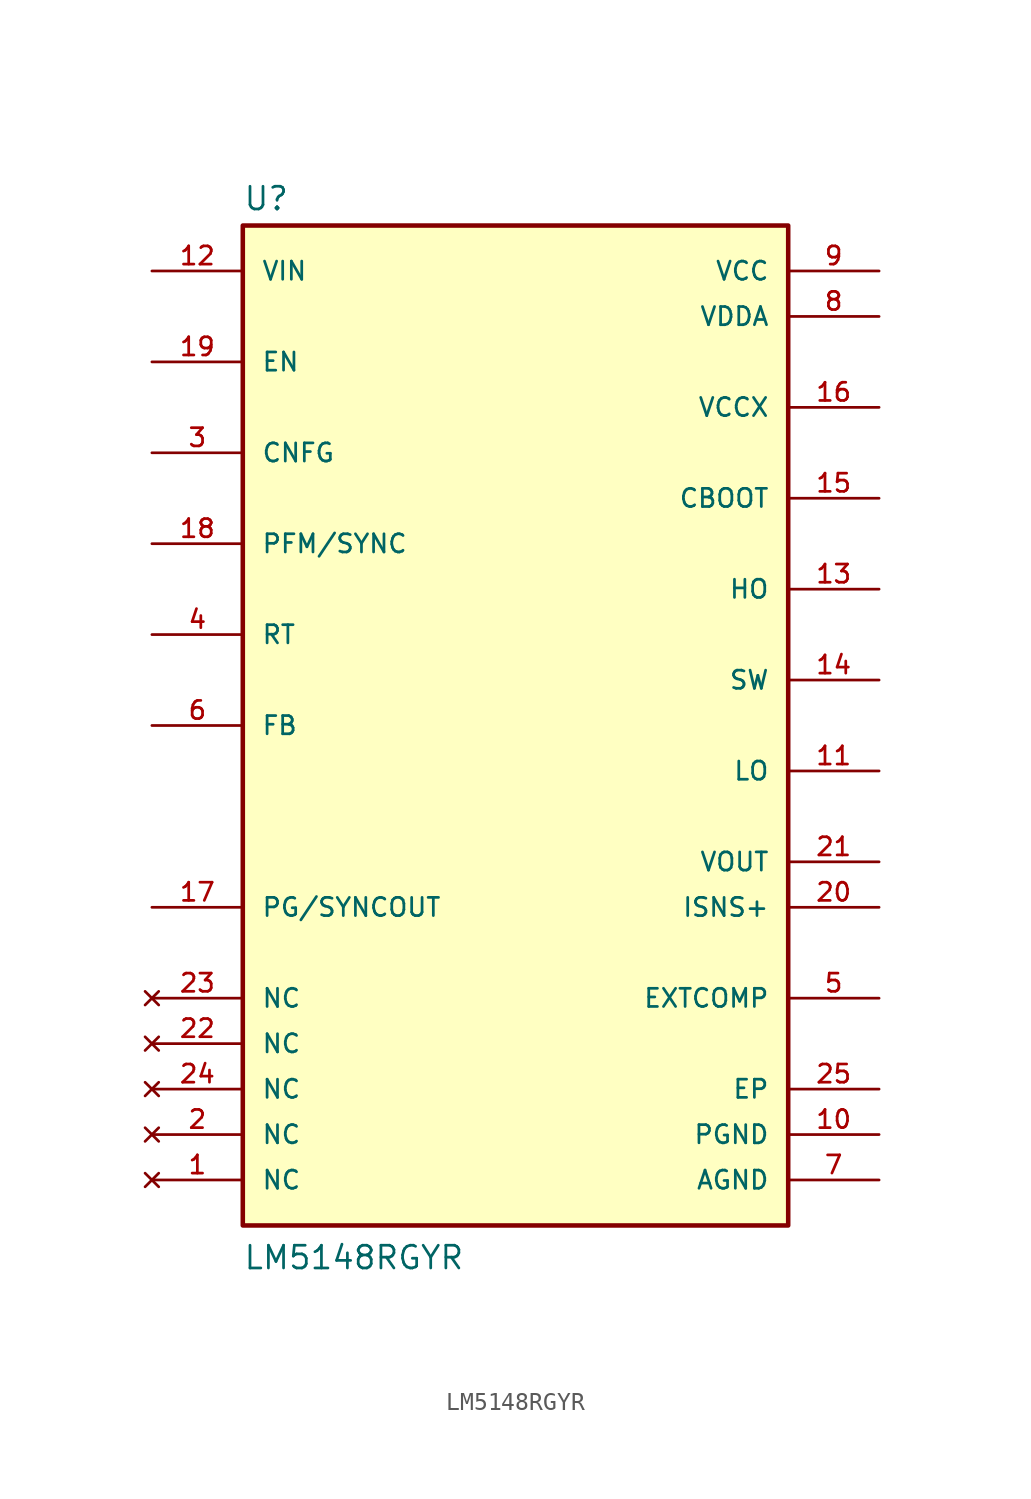
<source format=kicad_sym>
(kicad_symbol_lib
  (version 20241209)
  (generator "kicad_symbol_editor")
  (generator_version "9.0")
  (symbol "LM5148RGYR"
    (pin_names
      (offset 1.016))
    (property "Reference" "U"
      (at -15.24 28.702 0)
      (effects (font (size 1.27 1.27)) (justify left bottom)))
    (property "Value" "LM5148RGYR"
      (at -15.24 -30.48 0)
      (effects (font (size 1.27 1.27)) (justify left bottom)))
    (symbol "LM5148RGYR_0_0"
      (rectangle (start -15.24 -27.94) (end 15.24 27.94) (stroke (width 0.254) (type default)) (fill (type background)))
      (pin input line (at -20.32 25.4 0) (length 5.08) (name "VIN" (effects (font (size 1.016 1.016)))) (number "12" (effects (font (size 1.016 1.016)))))
      (pin input line (at -20.32 20.32 0) (length 5.08) (name "EN" (effects (font (size 1.016 1.016)))) (number "19" (effects (font (size 1.016 1.016)))))
      (pin input line (at -20.32 15.24 0) (length 5.08) (name "CNFG" (effects (font (size 1.016 1.016)))) (number "3" (effects (font (size 1.016 1.016)))))
      (pin input line (at -20.32 10.16 0) (length 5.08) (name "PFM/SYNC" (effects (font (size 1.016 1.016)))) (number "18" (effects (font (size 1.016 1.016)))))
      (pin input line (at -20.32 5.08 0) (length 5.08) (name "RT" (effects (font (size 1.016 1.016)))) (number "4" (effects (font (size 1.016 1.016)))))
      (pin input line (at -20.32 0 0) (length 5.08) (name "FB" (effects (font (size 1.016 1.016)))) (number "6" (effects (font (size 1.016 1.016)))))
      (pin output line (at -20.32 -10.16 0) (length 5.08) (name "PG/SYNCOUT" (effects (font (size 1.016 1.016)))) (number "17" (effects (font (size 1.016 1.016)))))
      (pin no_connect line (at -20.32 -15.24 0) (length 5.08) (name "NC" (effects (font (size 1.016 1.016)))) (number "23" (effects (font (size 1.016 1.016)))))
      (pin no_connect line (at -20.32 -17.78 0) (length 5.08) (name "NC" (effects (font (size 1.016 1.016)))) (number "22" (effects (font (size 1.016 1.016)))))
      (pin no_connect line (at -20.32 -20.32 0) (length 5.08) (name "NC" (effects (font (size 1.016 1.016)))) (number "24" (effects (font (size 1.016 1.016)))))
      (pin no_connect line (at -20.32 -22.86 0) (length 5.08) (name "NC" (effects (font (size 1.016 1.016)))) (number "2" (effects (font (size 1.016 1.016)))))
      (pin no_connect line (at -20.32 -25.4 0) (length 5.08) (name "NC" (effects (font (size 1.016 1.016)))) (number "1" (effects (font (size 1.016 1.016)))))
      (pin power_in line (at 20.32 25.4 180) (length 5.08) (name "VCC" (effects (font (size 1.016 1.016)))) (number "9" (effects (font (size 1.016 1.016)))))
      (pin power_in line (at 20.32 22.86 180) (length 5.08) (name "VDDA" (effects (font (size 1.016 1.016)))) (number "8" (effects (font (size 1.016 1.016)))))
      (pin passive line (at 20.32 17.78 180) (length 5.08) (name "VCCX" (effects (font (size 1.016 1.016)))) (number "16" (effects (font (size 1.016 1.016)))))
      (pin passive line (at 20.32 12.7 180) (length 5.08) (name "CBOOT" (effects (font (size 1.016 1.016)))) (number "15" (effects (font (size 1.016 1.016)))))
      (pin output line (at 20.32 7.62 180) (length 5.08) (name "HO" (effects (font (size 1.016 1.016)))) (number "13" (effects (font (size 1.016 1.016)))))
      (pin passive line (at 20.32 2.54 180) (length 5.08) (name "SW" (effects (font (size 1.016 1.016)))) (number "14" (effects (font (size 1.016 1.016)))))
      (pin output line (at 20.32 -2.54 180) (length 5.08) (name "LO" (effects (font (size 1.016 1.016)))) (number "11" (effects (font (size 1.016 1.016)))))
      (pin input line (at 20.32 -7.62 180) (length 5.08) (name "VOUT" (effects (font (size 1.016 1.016)))) (number "21" (effects (font (size 1.016 1.016)))))
      (pin input line (at 20.32 -10.16 180) (length 5.08) (name "ISNS+" (effects (font (size 1.016 1.016)))) (number "20" (effects (font (size 1.016 1.016)))))
      (pin output line (at 20.32 -15.24 180) (length 5.08) (name "EXTCOMP" (effects (font (size 1.016 1.016)))) (number "5" (effects (font (size 1.016 1.016)))))
      (pin power_in line (at 20.32 -20.32 180) (length 5.08) (name "EP" (effects (font (size 1.016 1.016)))) (number "25" (effects (font (size 1.016 1.016)))))
      (pin power_in line (at 20.32 -22.86 180) (length 5.08) (name "PGND" (effects (font (size 1.016 1.016)))) (number "10" (effects (font (size 1.016 1.016)))))
      (pin power_in line (at 20.32 -25.4 180) (length 5.08) (name "AGND" (effects (font (size 1.016 1.016)))) (number "7" (effects (font (size 1.016 1.016))))))))
</source>
